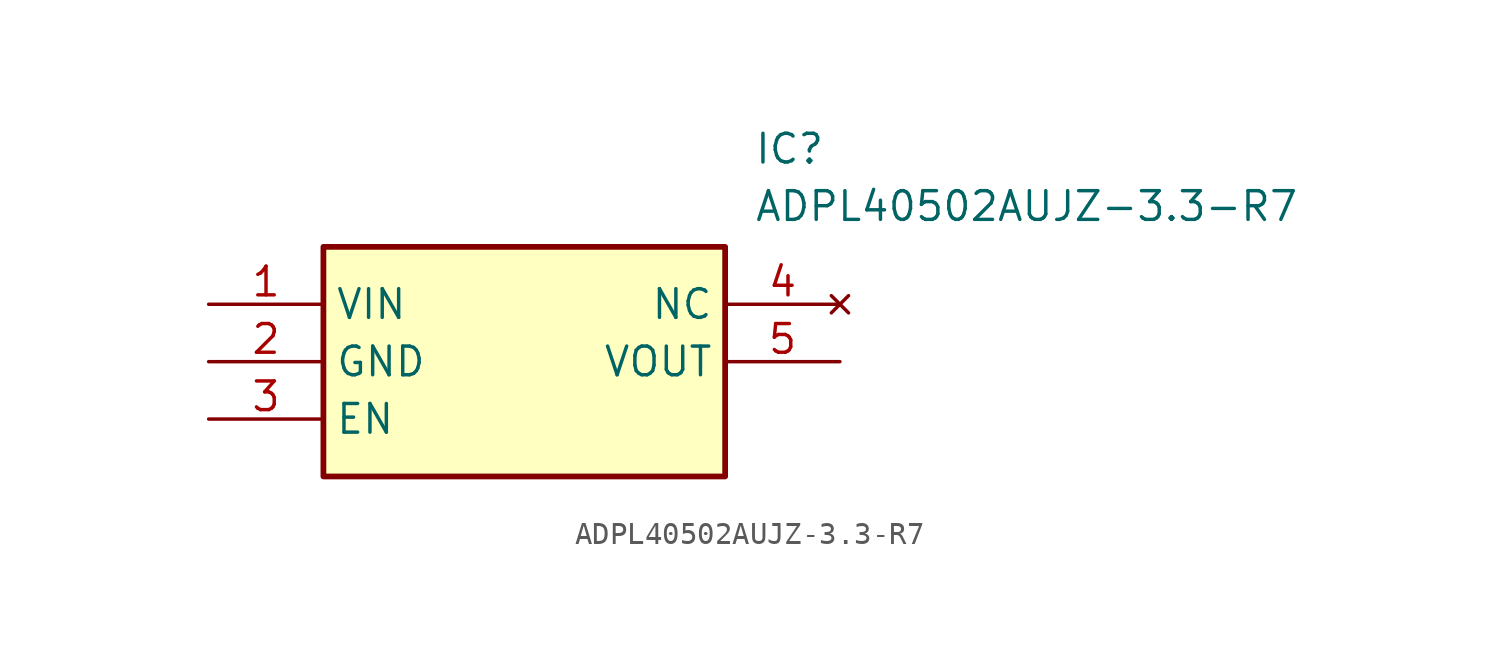
<source format=kicad_sym>
(kicad_symbol_lib
  (version 20211014)
  (generator SamacSys_ECAD_Model)
  (symbol "ADPL40502AUJZ-3.3-R7"
    (property "Reference" "IC"
      (at 24.13 7.62 0)
      (effects (font (size 1.27 1.27)) (justify left top)))
    (property "Value" "ADPL40502AUJZ-3.3-R7"
      (at 24.13 5.08 0)
      (effects (font (size 1.27 1.27)) (justify left top)))
    (rectangle
      (start 5.08 2.54)
      (end 22.86 -7.62)
      (stroke (width 0.254) (type default))
      (fill (type background)))
    (pin passive line
      (at 0 0 0)
      (length 5.08)
      (name "VIN" (effects (font (size 1.27 1.27))))
      (number "1" (effects (font (size 1.27 1.27)))))
    (pin passive line
      (at 0 -2.54 0)
      (length 5.08)
      (name "GND" (effects (font (size 1.27 1.27))))
      (number "2" (effects (font (size 1.27 1.27)))))
    (pin passive line
      (at 0 -5.08 0)
      (length 5.08)
      (name "EN" (effects (font (size 1.27 1.27))))
      (number "3" (effects (font (size 1.27 1.27)))))
    (pin no_connect line
      (at 27.94 0 180)
      (length 5.08)
      (name "NC" (effects (font (size 1.27 1.27))))
      (number "4" (effects (font (size 1.27 1.27)))))
    (pin passive line
      (at 27.94 -2.54 180)
      (length 5.08)
      (name "VOUT" (effects (font (size 1.27 1.27))))
      (number "5" (effects (font (size 1.27 1.27)))))))
</source>
